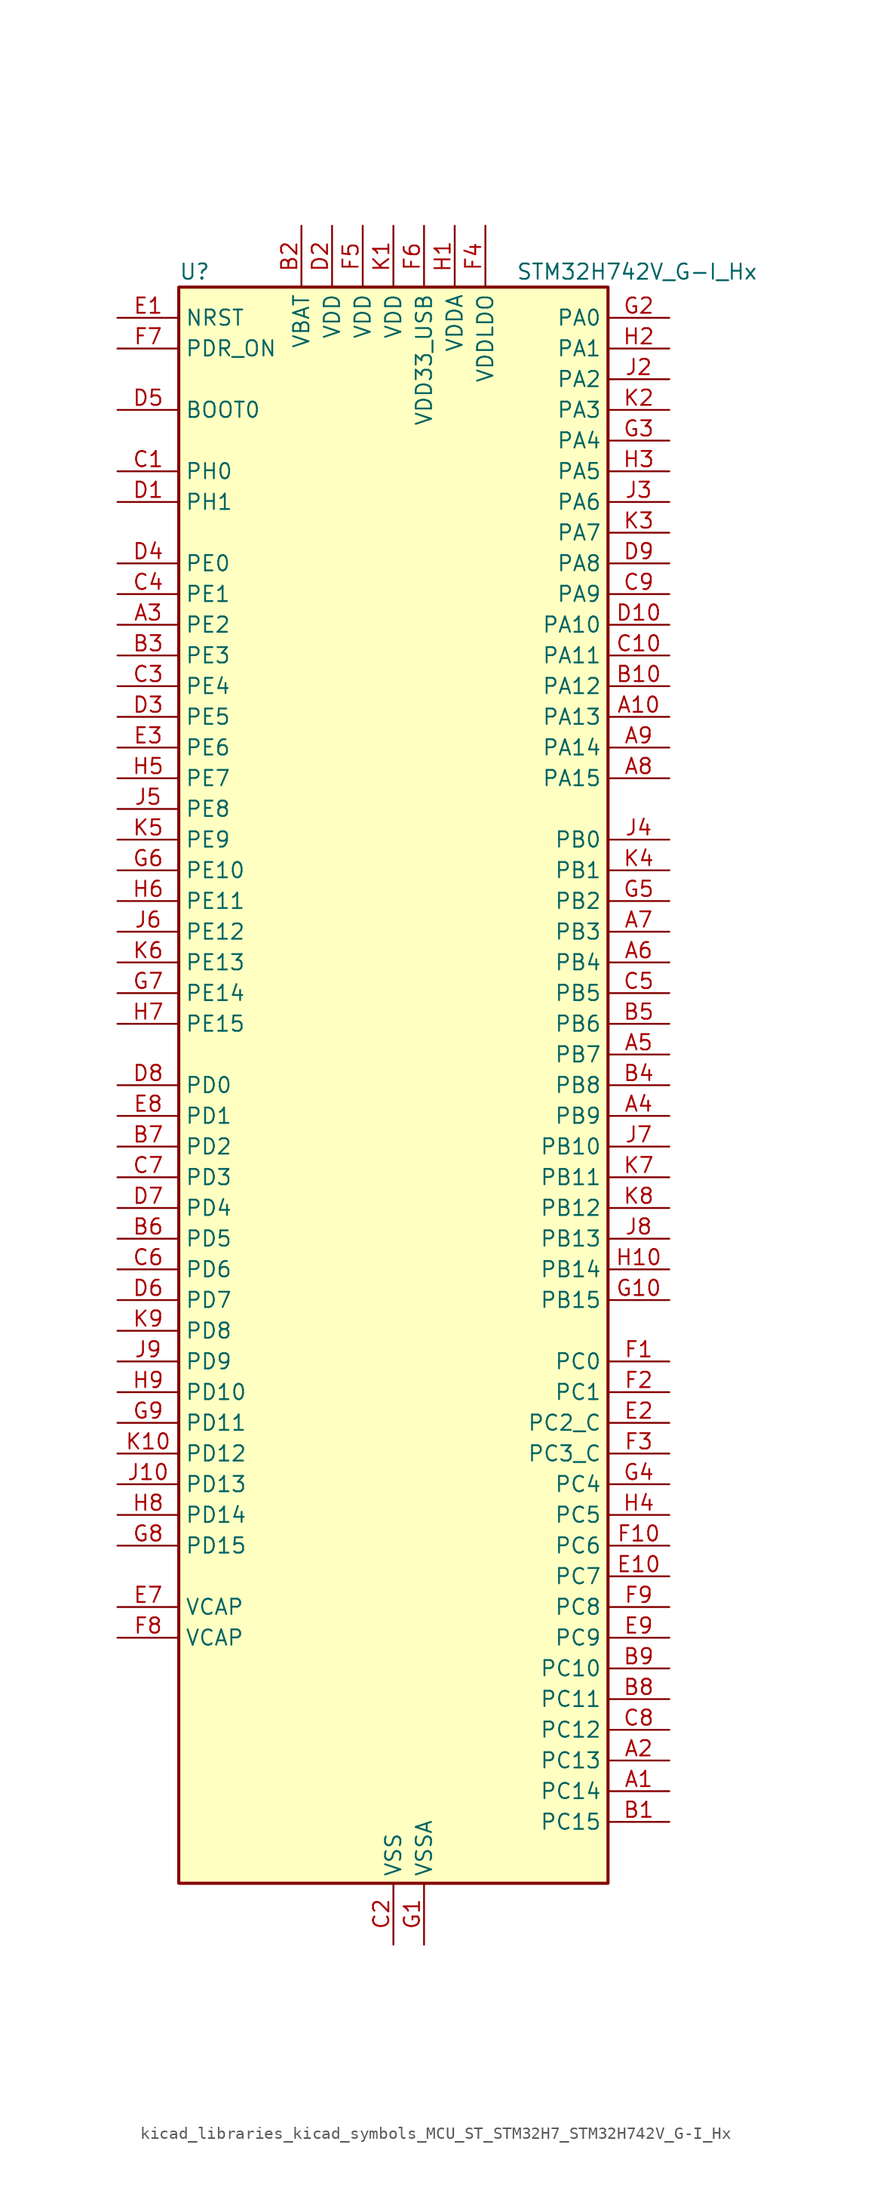
<source format=kicad_sym>
(kicad_symbol_lib
  (version 20220914)
  (generator kicad_symbol_editor)
  (symbol "kicad_libraries_kicad_symbols_MCU_ST_STM32H7_STM32H742V_G-I_Hx"
    (property "Reference" "U"
      (at -17.78 67.31 0)
      (effects (font (size 1.27 1.27)) (justify left)))
    (property "Value" "STM32H742V_G-I_Hx"
      (at 10.16 67.31 0)
      (effects (font (size 1.27 1.27)) (justify left)))
    (property "ki_locked" ""
      (at 0 0 0)
      (effects (font (size 1.27 1.27))))
    (symbol "kicad_libraries_kicad_symbols_MCU_ST_STM32H7_STM32H742V_G-I_Hx_0_1"
      (rectangle (start -17.78 -66.04) (end 17.78 66.04) (stroke (width 0.254) (type default)) (fill (type background))))
    (symbol "kicad_libraries_kicad_symbols_MCU_ST_STM32H7_STM32H742V_G-I_Hx_1_1"
      (pin bidirectional line (at 22.86 -58.42 180) (length 5.08) (name "PC14" (effects (font (size 1.27 1.27)))) (number "A1" (effects (font (size 1.27 1.27)))) (alternate "RCC_OSC32_IN" bidirectional line))
      (pin bidirectional line (at 22.86 30.48 180) (length 5.08) (name "PA13" (effects (font (size 1.27 1.27)))) (number "A10" (effects (font (size 1.27 1.27)))) (alternate "DEBUG_JTMS-SWDIO" bidirectional line))
      (pin bidirectional line (at 22.86 -55.88 180) (length 5.08) (name "PC13" (effects (font (size 1.27 1.27)))) (number "A2" (effects (font (size 1.27 1.27)))) (alternate "PWR_WKUP2" bidirectional line) (alternate "RTC_OUT_ALARM" bidirectional line) (alternate "RTC_OUT_CALIB" bidirectional line) (alternate "RTC_TAMP1" bidirectional line) (alternate "RTC_TS" bidirectional line))
      (pin bidirectional line (at -22.86 38.1 0) (length 5.08) (name "PE2" (effects (font (size 1.27 1.27)))) (number "A3" (effects (font (size 1.27 1.27)))) (alternate "DEBUG_TRACECLK" bidirectional line) (alternate "ETH_TXD3" bidirectional line) (alternate "FMC_A23" bidirectional line) (alternate "QUADSPI_BK1_IO2" bidirectional line) (alternate "SAI1_CK1" bidirectional line) (alternate "SAI1_MCLK_A" bidirectional line) (alternate "SAI4_CK1" bidirectional line) (alternate "SAI4_MCLK_A" bidirectional line) (alternate "SPI4_SCK" bidirectional line))
      (pin bidirectional line (at 22.86 -2.54 180) (length 5.08) (name "PB9" (effects (font (size 1.27 1.27)))) (number "A4" (effects (font (size 1.27 1.27)))) (alternate "DAC1_EXTI9" bidirectional line) (alternate "DCMI_D7" bidirectional line) (alternate "DFSDM1_DATIN7" bidirectional line) (alternate "FDCAN1_TX" bidirectional line) (alternate "I2C1_SDA" bidirectional line) (alternate "I2C4_SDA" bidirectional line) (alternate "I2C4_SMBA" bidirectional line) (alternate "I2S2_WS" bidirectional line) (alternate "SDMMC1_CDIR" bidirectional line) (alternate "SDMMC1_D5" bidirectional line) (alternate "SDMMC2_D5" bidirectional line) (alternate "SPI2_NSS" bidirectional line) (alternate "TIM17_CH1" bidirectional line) (alternate "TIM4_CH4" bidirectional line) (alternate "UART4_TX" bidirectional line))
      (pin bidirectional line (at 22.86 2.54 180) (length 5.08) (name "PB7" (effects (font (size 1.27 1.27)))) (number "A5" (effects (font (size 1.27 1.27)))) (alternate "DCMI_VSYNC" bidirectional line) (alternate "DFSDM1_CKIN5" bidirectional line) (alternate "FMC_NL" bidirectional line) (alternate "HRTIM_EEV9" bidirectional line) (alternate "I2C1_SDA" bidirectional line) (alternate "I2C4_SDA" bidirectional line) (alternate "LPUART1_RX" bidirectional line) (alternate "PWR_PVD_IN" bidirectional line) (alternate "TIM17_CH1N" bidirectional line) (alternate "TIM4_CH2" bidirectional line) (alternate "USART1_RX" bidirectional line))
      (pin bidirectional line (at 22.86 10.16 180) (length 5.08) (name "PB4" (effects (font (size 1.27 1.27)))) (number "A6" (effects (font (size 1.27 1.27)))) (alternate "DEBUG_JTRST" bidirectional line) (alternate "HRTIM_EEV6" bidirectional line) (alternate "I2S1_SDI" bidirectional line) (alternate "I2S2_WS" bidirectional line) (alternate "I2S3_SDI" bidirectional line) (alternate "SDMMC2_D3" bidirectional line) (alternate "SPI1_MISO" bidirectional line) (alternate "SPI2_NSS" bidirectional line) (alternate "SPI3_MISO" bidirectional line) (alternate "SPI6_MISO" bidirectional line) (alternate "TIM16_BKIN" bidirectional line) (alternate "TIM3_CH1" bidirectional line) (alternate "UART7_TX" bidirectional line))
      (pin bidirectional line (at 22.86 12.7 180) (length 5.08) (name "PB3" (effects (font (size 1.27 1.27)))) (number "A7" (effects (font (size 1.27 1.27)))) (alternate "CRS_SYNC" bidirectional line) (alternate "DEBUG_JTDO-SWO" bidirectional line) (alternate "HRTIM_FLT4" bidirectional line) (alternate "I2S1_CK" bidirectional line) (alternate "I2S3_CK" bidirectional line) (alternate "SDMMC2_D2" bidirectional line) (alternate "SPI1_SCK" bidirectional line) (alternate "SPI3_SCK" bidirectional line) (alternate "SPI6_SCK" bidirectional line) (alternate "TIM2_CH2" bidirectional line) (alternate "UART7_RX" bidirectional line))
      (pin bidirectional line (at 22.86 25.4 180) (length 5.08) (name "PA15" (effects (font (size 1.27 1.27)))) (number "A8" (effects (font (size 1.27 1.27)))) (alternate "ADC1_EXTI15" bidirectional line) (alternate "ADC2_EXTI15" bidirectional line) (alternate "ADC3_EXTI15" bidirectional line) (alternate "CEC" bidirectional line) (alternate "DEBUG_JTDI" bidirectional line) (alternate "HRTIM_FLT1" bidirectional line) (alternate "I2S1_WS" bidirectional line) (alternate "I2S3_WS" bidirectional line) (alternate "SPI1_NSS" bidirectional line) (alternate "SPI3_NSS" bidirectional line) (alternate "SPI6_NSS" bidirectional line) (alternate "TIM2_CH1" bidirectional line) (alternate "TIM2_ETR" bidirectional line) (alternate "UART4_DE" bidirectional line) (alternate "UART4_RTS" bidirectional line) (alternate "UART7_TX" bidirectional line))
      (pin bidirectional line (at 22.86 27.94 180) (length 5.08) (name "PA14" (effects (font (size 1.27 1.27)))) (number "A9" (effects (font (size 1.27 1.27)))) (alternate "DEBUG_JTCK-SWCLK" bidirectional line))
      (pin bidirectional line (at 22.86 -60.96 180) (length 5.08) (name "PC15" (effects (font (size 1.27 1.27)))) (number "B1" (effects (font (size 1.27 1.27)))) (alternate "ADC1_EXTI15" bidirectional line) (alternate "ADC2_EXTI15" bidirectional line) (alternate "ADC3_EXTI15" bidirectional line) (alternate "RCC_OSC32_OUT" bidirectional line))
      (pin bidirectional line (at 22.86 33.02 180) (length 5.08) (name "PA12" (effects (font (size 1.27 1.27)))) (number "B10" (effects (font (size 1.27 1.27)))) (alternate "FDCAN1_TX" bidirectional line) (alternate "HRTIM_CHD2" bidirectional line) (alternate "I2S2_CK" bidirectional line) (alternate "LPUART1_DE" bidirectional line) (alternate "LPUART1_RTS" bidirectional line) (alternate "SAI2_FS_B" bidirectional line) (alternate "SPI2_SCK" bidirectional line) (alternate "TIM1_ETR" bidirectional line) (alternate "UART4_TX" bidirectional line) (alternate "USART1_DE" bidirectional line) (alternate "USART1_RTS" bidirectional line) (alternate "USB_OTG_FS_DP" bidirectional line))
      (pin power_in line (at -7.62 71.12 270) (length 5.08) (name "VBAT" (effects (font (size 1.27 1.27)))) (number "B2" (effects (font (size 1.27 1.27)))))
      (pin bidirectional line (at -22.86 35.56 0) (length 5.08) (name "PE3" (effects (font (size 1.27 1.27)))) (number "B3" (effects (font (size 1.27 1.27)))) (alternate "DEBUG_TRACED0" bidirectional line) (alternate "FMC_A19" bidirectional line) (alternate "SAI1_SD_B" bidirectional line) (alternate "SAI4_SD_B" bidirectional line) (alternate "TIM15_BKIN" bidirectional line))
      (pin bidirectional line (at 22.86 0 180) (length 5.08) (name "PB8" (effects (font (size 1.27 1.27)))) (number "B4" (effects (font (size 1.27 1.27)))) (alternate "DCMI_D6" bidirectional line) (alternate "DFSDM1_CKIN7" bidirectional line) (alternate "ETH_TXD3" bidirectional line) (alternate "FDCAN1_RX" bidirectional line) (alternate "I2C1_SCL" bidirectional line) (alternate "I2C4_SCL" bidirectional line) (alternate "SDMMC1_CKIN" bidirectional line) (alternate "SDMMC1_D4" bidirectional line) (alternate "SDMMC2_D4" bidirectional line) (alternate "TIM16_CH1" bidirectional line) (alternate "TIM4_CH3" bidirectional line) (alternate "UART4_RX" bidirectional line))
      (pin bidirectional line (at 22.86 5.08 180) (length 5.08) (name "PB6" (effects (font (size 1.27 1.27)))) (number "B5" (effects (font (size 1.27 1.27)))) (alternate "CEC" bidirectional line) (alternate "DCMI_D5" bidirectional line) (alternate "DFSDM1_DATIN5" bidirectional line) (alternate "FDCAN2_TX" bidirectional line) (alternate "FMC_SDNE1" bidirectional line) (alternate "HRTIM_EEV8" bidirectional line) (alternate "I2C1_SCL" bidirectional line) (alternate "I2C4_SCL" bidirectional line) (alternate "LPUART1_TX" bidirectional line) (alternate "QUADSPI_BK1_NCS" bidirectional line) (alternate "TIM16_CH1N" bidirectional line) (alternate "TIM4_CH1" bidirectional line) (alternate "UART5_TX" bidirectional line) (alternate "USART1_TX" bidirectional line))
      (pin bidirectional line (at -22.86 -12.7 0) (length 5.08) (name "PD5" (effects (font (size 1.27 1.27)))) (number "B6" (effects (font (size 1.27 1.27)))) (alternate "FMC_NWE" bidirectional line) (alternate "HRTIM_EEV3" bidirectional line) (alternate "USART2_TX" bidirectional line))
      (pin bidirectional line (at -22.86 -5.08 0) (length 5.08) (name "PD2" (effects (font (size 1.27 1.27)))) (number "B7" (effects (font (size 1.27 1.27)))) (alternate "DCMI_D11" bidirectional line) (alternate "DEBUG_TRACED2" bidirectional line) (alternate "SDMMC1_CMD" bidirectional line) (alternate "TIM3_ETR" bidirectional line) (alternate "UART5_RX" bidirectional line))
      (pin bidirectional line (at 22.86 -50.8 180) (length 5.08) (name "PC11" (effects (font (size 1.27 1.27)))) (number "B8" (effects (font (size 1.27 1.27)))) (alternate "ADC1_EXTI11" bidirectional line) (alternate "ADC2_EXTI11" bidirectional line) (alternate "ADC3_EXTI11" bidirectional line) (alternate "DCMI_D4" bidirectional line) (alternate "DFSDM1_DATIN5" bidirectional line) (alternate "HRTIM_FLT2" bidirectional line) (alternate "I2S3_SDI" bidirectional line) (alternate "QUADSPI_BK2_NCS" bidirectional line) (alternate "SDMMC1_D3" bidirectional line) (alternate "SPI3_MISO" bidirectional line) (alternate "UART4_RX" bidirectional line) (alternate "USART3_RX" bidirectional line))
      (pin bidirectional line (at 22.86 -48.26 180) (length 5.08) (name "PC10" (effects (font (size 1.27 1.27)))) (number "B9" (effects (font (size 1.27 1.27)))) (alternate "DCMI_D8" bidirectional line) (alternate "DFSDM1_CKIN5" bidirectional line) (alternate "HRTIM_EEV1" bidirectional line) (alternate "I2S3_CK" bidirectional line) (alternate "QUADSPI_BK1_IO1" bidirectional line) (alternate "SDMMC1_D2" bidirectional line) (alternate "SPI3_SCK" bidirectional line) (alternate "UART4_TX" bidirectional line) (alternate "USART3_TX" bidirectional line))
      (pin bidirectional line (at -22.86 50.8 0) (length 5.08) (name "PH0" (effects (font (size 1.27 1.27)))) (number "C1" (effects (font (size 1.27 1.27)))) (alternate "RCC_OSC_IN" bidirectional line))
      (pin bidirectional line (at 22.86 35.56 180) (length 5.08) (name "PA11" (effects (font (size 1.27 1.27)))) (number "C10" (effects (font (size 1.27 1.27)))) (alternate "ADC1_EXTI11" bidirectional line) (alternate "ADC2_EXTI11" bidirectional line) (alternate "ADC3_EXTI11" bidirectional line) (alternate "FDCAN1_RX" bidirectional line) (alternate "HRTIM_CHD1" bidirectional line) (alternate "I2S2_WS" bidirectional line) (alternate "LPUART1_CTS" bidirectional line) (alternate "SPI2_NSS" bidirectional line) (alternate "TIM1_CH4" bidirectional line) (alternate "UART4_RX" bidirectional line) (alternate "USART1_CTS" bidirectional line) (alternate "USART1_NSS" bidirectional line) (alternate "USB_OTG_FS_DM" bidirectional line))
      (pin power_in line (at 0 -71.12 90) (length 5.08) (name "VSS" (effects (font (size 1.27 1.27)))) (number "C2" (effects (font (size 1.27 1.27)))))
      (pin bidirectional line (at -22.86 33.02 0) (length 5.08) (name "PE4" (effects (font (size 1.27 1.27)))) (number "C3" (effects (font (size 1.27 1.27)))) (alternate "DCMI_D4" bidirectional line) (alternate "DEBUG_TRACED1" bidirectional line) (alternate "DFSDM1_DATIN3" bidirectional line) (alternate "FMC_A20" bidirectional line) (alternate "SAI1_D2" bidirectional line) (alternate "SAI1_FS_A" bidirectional line) (alternate "SAI4_D2" bidirectional line) (alternate "SAI4_FS_A" bidirectional line) (alternate "SPI4_NSS" bidirectional line) (alternate "TIM15_CH1N" bidirectional line))
      (pin bidirectional line (at -22.86 40.64 0) (length 5.08) (name "PE1" (effects (font (size 1.27 1.27)))) (number "C4" (effects (font (size 1.27 1.27)))) (alternate "DCMI_D3" bidirectional line) (alternate "FMC_NBL1" bidirectional line) (alternate "HRTIM_SCOUT" bidirectional line) (alternate "LPTIM1_IN2" bidirectional line) (alternate "UART8_TX" bidirectional line))
      (pin bidirectional line (at 22.86 7.62 180) (length 5.08) (name "PB5" (effects (font (size 1.27 1.27)))) (number "C5" (effects (font (size 1.27 1.27)))) (alternate "DCMI_D10" bidirectional line) (alternate "ETH_PPS_OUT" bidirectional line) (alternate "FDCAN2_RX" bidirectional line) (alternate "FMC_SDCKE1" bidirectional line) (alternate "HRTIM_EEV7" bidirectional line) (alternate "I2C1_SMBA" bidirectional line) (alternate "I2C4_SMBA" bidirectional line) (alternate "I2S1_SDO" bidirectional line) (alternate "I2S3_SDO" bidirectional line) (alternate "SPI1_MOSI" bidirectional line) (alternate "SPI3_MOSI" bidirectional line) (alternate "SPI6_MOSI" bidirectional line) (alternate "TIM17_BKIN" bidirectional line) (alternate "TIM3_CH2" bidirectional line) (alternate "UART5_RX" bidirectional line) (alternate "USB_OTG_HS_ULPI_D7" bidirectional line))
      (pin bidirectional line (at -22.86 -15.24 0) (length 5.08) (name "PD6" (effects (font (size 1.27 1.27)))) (number "C6" (effects (font (size 1.27 1.27)))) (alternate "DCMI_D10" bidirectional line) (alternate "DFSDM1_CKIN4" bidirectional line) (alternate "DFSDM1_DATIN1" bidirectional line) (alternate "FMC_NWAIT" bidirectional line) (alternate "I2S3_SDO" bidirectional line) (alternate "SAI1_D1" bidirectional line) (alternate "SAI1_SD_A" bidirectional line) (alternate "SAI4_D1" bidirectional line) (alternate "SAI4_SD_A" bidirectional line) (alternate "SDMMC2_CK" bidirectional line) (alternate "SPI3_MOSI" bidirectional line) (alternate "USART2_RX" bidirectional line))
      (pin bidirectional line (at -22.86 -7.62 0) (length 5.08) (name "PD3" (effects (font (size 1.27 1.27)))) (number "C7" (effects (font (size 1.27 1.27)))) (alternate "DCMI_D5" bidirectional line) (alternate "DFSDM1_CKOUT" bidirectional line) (alternate "FMC_CLK" bidirectional line) (alternate "I2S2_CK" bidirectional line) (alternate "SPI2_SCK" bidirectional line) (alternate "USART2_CTS" bidirectional line) (alternate "USART2_NSS" bidirectional line))
      (pin bidirectional line (at 22.86 -53.34 180) (length 5.08) (name "PC12" (effects (font (size 1.27 1.27)))) (number "C8" (effects (font (size 1.27 1.27)))) (alternate "DCMI_D9" bidirectional line) (alternate "DEBUG_TRACED3" bidirectional line) (alternate "HRTIM_EEV2" bidirectional line) (alternate "I2S3_SDO" bidirectional line) (alternate "SDMMC1_CK" bidirectional line) (alternate "SPI3_MOSI" bidirectional line) (alternate "UART5_TX" bidirectional line) (alternate "USART3_CK" bidirectional line))
      (pin bidirectional line (at 22.86 40.64 180) (length 5.08) (name "PA9" (effects (font (size 1.27 1.27)))) (number "C9" (effects (font (size 1.27 1.27)))) (alternate "DAC1_EXTI9" bidirectional line) (alternate "DCMI_D0" bidirectional line) (alternate "HRTIM_CHC1" bidirectional line) (alternate "I2C3_SMBA" bidirectional line) (alternate "I2S2_CK" bidirectional line) (alternate "LPUART1_TX" bidirectional line) (alternate "SPI2_SCK" bidirectional line) (alternate "TIM1_CH2" bidirectional line) (alternate "USART1_TX" bidirectional line) (alternate "USB_OTG_FS_VBUS" bidirectional line))
      (pin bidirectional line (at -22.86 48.26 0) (length 5.08) (name "PH1" (effects (font (size 1.27 1.27)))) (number "D1" (effects (font (size 1.27 1.27)))) (alternate "RCC_OSC_OUT" bidirectional line))
      (pin bidirectional line (at 22.86 38.1 180) (length 5.08) (name "PA10" (effects (font (size 1.27 1.27)))) (number "D10" (effects (font (size 1.27 1.27)))) (alternate "DCMI_D1" bidirectional line) (alternate "HRTIM_CHC2" bidirectional line) (alternate "LPUART1_RX" bidirectional line) (alternate "MDIOS_MDIO" bidirectional line) (alternate "TIM1_CH3" bidirectional line) (alternate "USART1_RX" bidirectional line) (alternate "USB_OTG_FS_ID" bidirectional line))
      (pin power_in line (at -5.08 71.12 270) (length 5.08) (name "VDD" (effects (font (size 1.27 1.27)))) (number "D2" (effects (font (size 1.27 1.27)))))
      (pin bidirectional line (at -22.86 30.48 0) (length 5.08) (name "PE5" (effects (font (size 1.27 1.27)))) (number "D3" (effects (font (size 1.27 1.27)))) (alternate "DCMI_D6" bidirectional line) (alternate "DEBUG_TRACED2" bidirectional line) (alternate "DFSDM1_CKIN3" bidirectional line) (alternate "FMC_A21" bidirectional line) (alternate "SAI1_CK2" bidirectional line) (alternate "SAI1_SCK_A" bidirectional line) (alternate "SAI4_CK2" bidirectional line) (alternate "SAI4_SCK_A" bidirectional line) (alternate "SPI4_MISO" bidirectional line) (alternate "TIM15_CH1" bidirectional line))
      (pin bidirectional line (at -22.86 43.18 0) (length 5.08) (name "PE0" (effects (font (size 1.27 1.27)))) (number "D4" (effects (font (size 1.27 1.27)))) (alternate "DCMI_D2" bidirectional line) (alternate "FMC_NBL0" bidirectional line) (alternate "HRTIM_SCIN" bidirectional line) (alternate "LPTIM1_ETR" bidirectional line) (alternate "LPTIM2_ETR" bidirectional line) (alternate "SAI2_MCLK_A" bidirectional line) (alternate "TIM4_ETR" bidirectional line) (alternate "UART8_RX" bidirectional line))
      (pin input line (at -22.86 55.88 0) (length 5.08) (name "BOOT0" (effects (font (size 1.27 1.27)))) (number "D5" (effects (font (size 1.27 1.27)))))
      (pin bidirectional line (at -22.86 -17.78 0) (length 5.08) (name "PD7" (effects (font (size 1.27 1.27)))) (number "D6" (effects (font (size 1.27 1.27)))) (alternate "DFSDM1_CKIN1" bidirectional line) (alternate "DFSDM1_DATIN4" bidirectional line) (alternate "FMC_NE1" bidirectional line) (alternate "I2S1_SDO" bidirectional line) (alternate "SDMMC2_CMD" bidirectional line) (alternate "SPDIFRX1_IN0" bidirectional line) (alternate "SPI1_MOSI" bidirectional line) (alternate "USART2_CK" bidirectional line))
      (pin bidirectional line (at -22.86 -10.16 0) (length 5.08) (name "PD4" (effects (font (size 1.27 1.27)))) (number "D7" (effects (font (size 1.27 1.27)))) (alternate "FMC_NOE" bidirectional line) (alternate "HRTIM_FLT3" bidirectional line) (alternate "SAI3_FS_A" bidirectional line) (alternate "USART2_DE" bidirectional line) (alternate "USART2_RTS" bidirectional line))
      (pin bidirectional line (at -22.86 0 0) (length 5.08) (name "PD0" (effects (font (size 1.27 1.27)))) (number "D8" (effects (font (size 1.27 1.27)))) (alternate "DFSDM1_CKIN6" bidirectional line) (alternate "FDCAN1_RX" bidirectional line) (alternate "FMC_D2" bidirectional line) (alternate "FMC_DA2" bidirectional line) (alternate "SAI3_SCK_A" bidirectional line) (alternate "UART4_RX" bidirectional line))
      (pin bidirectional line (at 22.86 43.18 180) (length 5.08) (name "PA8" (effects (font (size 1.27 1.27)))) (number "D9" (effects (font (size 1.27 1.27)))) (alternate "HRTIM_CHB2" bidirectional line) (alternate "I2C3_SCL" bidirectional line) (alternate "RCC_MCO_1" bidirectional line) (alternate "TIM1_CH1" bidirectional line) (alternate "TIM8_BKIN2" bidirectional line) (alternate "TIM8_BKIN2_COMP1" bidirectional line) (alternate "TIM8_BKIN2_COMP2" bidirectional line) (alternate "UART7_RX" bidirectional line) (alternate "USART1_CK" bidirectional line) (alternate "USB_OTG_FS_SOF" bidirectional line))
      (pin input line (at -22.86 63.5 0) (length 5.08) (name "NRST" (effects (font (size 1.27 1.27)))) (number "E1" (effects (font (size 1.27 1.27)))))
      (pin bidirectional line (at 22.86 -40.64 180) (length 5.08) (name "PC7" (effects (font (size 1.27 1.27)))) (number "E10" (effects (font (size 1.27 1.27)))) (alternate "DCMI_D1" bidirectional line) (alternate "DEBUG_TRGIO" bidirectional line) (alternate "DFSDM1_DATIN3" bidirectional line) (alternate "FMC_NE1" bidirectional line) (alternate "HRTIM_CHA2" bidirectional line) (alternate "I2S3_MCK" bidirectional line) (alternate "SDMMC1_D123DIR" bidirectional line) (alternate "SDMMC1_D7" bidirectional line) (alternate "SDMMC2_D7" bidirectional line) (alternate "SWPMI1_TX" bidirectional line) (alternate "TIM3_CH2" bidirectional line) (alternate "TIM8_CH2" bidirectional line) (alternate "USART6_RX" bidirectional line))
      (pin bidirectional line (at 22.86 -27.94 180) (length 5.08) (name "PC2_C" (effects (font (size 1.27 1.27)))) (number "E2" (effects (font (size 1.27 1.27)))) (alternate "ADC3_INN1" bidirectional line) (alternate "ADC3_INP0" bidirectional line) (alternate "DFSDM1_CKIN1" bidirectional line) (alternate "DFSDM1_CKOUT" bidirectional line) (alternate "ETH_TXD2" bidirectional line) (alternate "FMC_SDNE0" bidirectional line) (alternate "I2S2_SDI" bidirectional line) (alternate "PWR_CSTOP" bidirectional line) (alternate "SPI2_MISO" bidirectional line) (alternate "USB_OTG_HS_ULPI_DIR" bidirectional line))
      (pin bidirectional line (at -22.86 27.94 0) (length 5.08) (name "PE6" (effects (font (size 1.27 1.27)))) (number "E3" (effects (font (size 1.27 1.27)))) (alternate "DCMI_D7" bidirectional line) (alternate "DEBUG_TRACED3" bidirectional line) (alternate "FMC_A22" bidirectional line) (alternate "SAI1_D1" bidirectional line) (alternate "SAI1_SD_A" bidirectional line) (alternate "SAI2_MCLK_B" bidirectional line) (alternate "SAI4_D1" bidirectional line) (alternate "SAI4_SD_A" bidirectional line) (alternate "SPI4_MOSI" bidirectional line) (alternate "TIM15_CH2" bidirectional line) (alternate "TIM1_BKIN2" bidirectional line) (alternate "TIM1_BKIN2_COMP1" bidirectional line) (alternate "TIM1_BKIN2_COMP2" bidirectional line))
      (pin passive line (at 0 -71.12 90) (length 5.08) hide (name "VSS" (effects (font (size 1.27 1.27)))) (number "E4" (effects (font (size 1.27 1.27)))))
      (pin passive line (at 0 -71.12 90) (length 5.08) hide (name "VSS" (effects (font (size 1.27 1.27)))) (number "E5" (effects (font (size 1.27 1.27)))))
      (pin passive line (at 0 -71.12 90) (length 5.08) hide (name "VSS" (effects (font (size 1.27 1.27)))) (number "E6" (effects (font (size 1.27 1.27)))))
      (pin power_out line (at -22.86 -43.18 0) (length 5.08) (name "VCAP" (effects (font (size 1.27 1.27)))) (number "E7" (effects (font (size 1.27 1.27)))))
      (pin bidirectional line (at -22.86 -2.54 0) (length 5.08) (name "PD1" (effects (font (size 1.27 1.27)))) (number "E8" (effects (font (size 1.27 1.27)))) (alternate "DFSDM1_DATIN6" bidirectional line) (alternate "FDCAN1_TX" bidirectional line) (alternate "FMC_D3" bidirectional line) (alternate "FMC_DA3" bidirectional line) (alternate "SAI3_SD_A" bidirectional line) (alternate "UART4_TX" bidirectional line))
      (pin bidirectional line (at 22.86 -45.72 180) (length 5.08) (name "PC9" (effects (font (size 1.27 1.27)))) (number "E9" (effects (font (size 1.27 1.27)))) (alternate "DAC1_EXTI9" bidirectional line) (alternate "DCMI_D3" bidirectional line) (alternate "I2C3_SDA" bidirectional line) (alternate "I2S_CKIN" bidirectional line) (alternate "QUADSPI_BK1_IO0" bidirectional line) (alternate "RCC_MCO_2" bidirectional line) (alternate "SDMMC1_D1" bidirectional line) (alternate "SWPMI1_SUSPEND" bidirectional line) (alternate "TIM3_CH4" bidirectional line) (alternate "TIM8_CH4" bidirectional line) (alternate "UART5_CTS" bidirectional line))
      (pin bidirectional line (at 22.86 -22.86 180) (length 5.08) (name "PC0" (effects (font (size 1.27 1.27)))) (number "F1" (effects (font (size 1.27 1.27)))) (alternate "ADC1_INP10" bidirectional line) (alternate "ADC2_INP10" bidirectional line) (alternate "ADC3_INP10" bidirectional line) (alternate "DFSDM1_CKIN0" bidirectional line) (alternate "DFSDM1_DATIN4" bidirectional line) (alternate "FMC_SDNWE" bidirectional line) (alternate "SAI2_FS_B" bidirectional line) (alternate "USB_OTG_HS_ULPI_STP" bidirectional line))
      (pin bidirectional line (at 22.86 -38.1 180) (length 5.08) (name "PC6" (effects (font (size 1.27 1.27)))) (number "F10" (effects (font (size 1.27 1.27)))) (alternate "DCMI_D0" bidirectional line) (alternate "DFSDM1_CKIN3" bidirectional line) (alternate "FMC_NWAIT" bidirectional line) (alternate "HRTIM_CHA1" bidirectional line) (alternate "I2S2_MCK" bidirectional line) (alternate "SDMMC1_D0DIR" bidirectional line) (alternate "SDMMC1_D6" bidirectional line) (alternate "SDMMC2_D6" bidirectional line) (alternate "SWPMI1_IO" bidirectional line) (alternate "TIM3_CH1" bidirectional line) (alternate "TIM8_CH1" bidirectional line) (alternate "USART6_TX" bidirectional line))
      (pin bidirectional line (at 22.86 -25.4 180) (length 5.08) (name "PC1" (effects (font (size 1.27 1.27)))) (number "F2" (effects (font (size 1.27 1.27)))) (alternate "ADC1_INN10" bidirectional line) (alternate "ADC1_INP11" bidirectional line) (alternate "ADC2_INN10" bidirectional line) (alternate "ADC2_INP11" bidirectional line) (alternate "ADC3_INN10" bidirectional line) (alternate "ADC3_INP11" bidirectional line) (alternate "DEBUG_TRACED0" bidirectional line) (alternate "DFSDM1_CKIN4" bidirectional line) (alternate "DFSDM1_DATIN0" bidirectional line) (alternate "ETH_MDC" bidirectional line) (alternate "I2S2_SDO" bidirectional line) (alternate "MDIOS_MDC" bidirectional line) (alternate "PWR_WKUP5" bidirectional line) (alternate "RTC_TAMP3" bidirectional line) (alternate "SAI1_D1" bidirectional line) (alternate "SAI1_SD_A" bidirectional line) (alternate "SAI4_D1" bidirectional line) (alternate "SAI4_SD_A" bidirectional line) (alternate "SDMMC2_CK" bidirectional line) (alternate "SPI2_MOSI" bidirectional line))
      (pin bidirectional line (at 22.86 -30.48 180) (length 5.08) (name "PC3_C" (effects (font (size 1.27 1.27)))) (number "F3" (effects (font (size 1.27 1.27)))) (alternate "ADC3_INP1" bidirectional line) (alternate "DFSDM1_DATIN1" bidirectional line) (alternate "ETH_TX_CLK" bidirectional line) (alternate "FMC_SDCKE0" bidirectional line) (alternate "I2S2_SDO" bidirectional line) (alternate "PWR_CSLEEP" bidirectional line) (alternate "SPI2_MOSI" bidirectional line) (alternate "USB_OTG_HS_ULPI_NXT" bidirectional line))
      (pin power_in line (at 7.62 71.12 270) (length 5.08) (name "VDDLDO" (effects (font (size 1.27 1.27)))) (number "F4" (effects (font (size 1.27 1.27)))))
      (pin power_in line (at -2.54 71.12 270) (length 5.08) (name "VDD" (effects (font (size 1.27 1.27)))) (number "F5" (effects (font (size 1.27 1.27)))))
      (pin power_in line (at 2.54 71.12 270) (length 5.08) (name "VDD33_USB" (effects (font (size 1.27 1.27)))) (number "F6" (effects (font (size 1.27 1.27)))))
      (pin input line (at -22.86 60.96 0) (length 5.08) (name "PDR_ON" (effects (font (size 1.27 1.27)))) (number "F7" (effects (font (size 1.27 1.27)))))
      (pin power_out line (at -22.86 -45.72 0) (length 5.08) (name "VCAP" (effects (font (size 1.27 1.27)))) (number "F8" (effects (font (size 1.27 1.27)))))
      (pin bidirectional line (at 22.86 -43.18 180) (length 5.08) (name "PC8" (effects (font (size 1.27 1.27)))) (number "F9" (effects (font (size 1.27 1.27)))) (alternate "DCMI_D2" bidirectional line) (alternate "DEBUG_TRACED1" bidirectional line) (alternate "FMC_NCE" bidirectional line) (alternate "FMC_NE2" bidirectional line) (alternate "HRTIM_CHB1" bidirectional line) (alternate "SDMMC1_D0" bidirectional line) (alternate "SWPMI1_RX" bidirectional line) (alternate "TIM3_CH3" bidirectional line) (alternate "TIM8_CH3" bidirectional line) (alternate "UART5_DE" bidirectional line) (alternate "UART5_RTS" bidirectional line) (alternate "USART6_CK" bidirectional line))
      (pin power_in line (at 2.54 -71.12 90) (length 5.08) (name "VSSA" (effects (font (size 1.27 1.27)))) (number "G1" (effects (font (size 1.27 1.27)))))
      (pin bidirectional line (at 22.86 -17.78 180) (length 5.08) (name "PB15" (effects (font (size 1.27 1.27)))) (number "G10" (effects (font (size 1.27 1.27)))) (alternate "ADC1_EXTI15" bidirectional line) (alternate "ADC2_EXTI15" bidirectional line) (alternate "ADC3_EXTI15" bidirectional line) (alternate "DFSDM1_CKIN2" bidirectional line) (alternate "I2S2_SDO" bidirectional line) (alternate "RTC_REFIN" bidirectional line) (alternate "SDMMC2_D1" bidirectional line) (alternate "SPI2_MOSI" bidirectional line) (alternate "TIM12_CH2" bidirectional line) (alternate "TIM1_CH3N" bidirectional line) (alternate "TIM8_CH3N" bidirectional line) (alternate "UART4_CTS" bidirectional line) (alternate "USART1_RX" bidirectional line) (alternate "USB_OTG_HS_DP" bidirectional line))
      (pin bidirectional line (at 22.86 63.5 180) (length 5.08) (name "PA0" (effects (font (size 1.27 1.27)))) (number "G2" (effects (font (size 1.27 1.27)))) (alternate "ADC1_INP16" bidirectional line) (alternate "ETH_CRS" bidirectional line) (alternate "PWR_WKUP0" bidirectional line) (alternate "SAI2_SD_B" bidirectional line) (alternate "SDMMC2_CMD" bidirectional line) (alternate "TIM15_BKIN" bidirectional line) (alternate "TIM2_CH1" bidirectional line) (alternate "TIM2_ETR" bidirectional line) (alternate "TIM5_CH1" bidirectional line) (alternate "TIM8_ETR" bidirectional line) (alternate "UART4_TX" bidirectional line) (alternate "USART2_CTS" bidirectional line) (alternate "USART2_NSS" bidirectional line))
      (pin bidirectional line (at 22.86 53.34 180) (length 5.08) (name "PA4" (effects (font (size 1.27 1.27)))) (number "G3" (effects (font (size 1.27 1.27)))) (alternate "ADC1_INP18" bidirectional line) (alternate "ADC2_INP18" bidirectional line) (alternate "DAC1_OUT1" bidirectional line) (alternate "DCMI_HSYNC" bidirectional line) (alternate "I2S1_WS" bidirectional line) (alternate "I2S3_WS" bidirectional line) (alternate "SPI1_NSS" bidirectional line) (alternate "SPI3_NSS" bidirectional line) (alternate "SPI6_NSS" bidirectional line) (alternate "TIM5_ETR" bidirectional line) (alternate "USART2_CK" bidirectional line) (alternate "USB_OTG_HS_SOF" bidirectional line))
      (pin bidirectional line (at 22.86 -33.02 180) (length 5.08) (name "PC4" (effects (font (size 1.27 1.27)))) (number "G4" (effects (font (size 1.27 1.27)))) (alternate "ADC1_INP4" bidirectional line) (alternate "ADC2_INP4" bidirectional line) (alternate "COMP1_INM" bidirectional line) (alternate "DFSDM1_CKIN2" bidirectional line) (alternate "ETH_RXD0" bidirectional line) (alternate "FMC_SDNE0" bidirectional line) (alternate "I2S1_MCK" bidirectional line) (alternate "OPAMP1_VOUT" bidirectional line) (alternate "SPDIFRX1_IN2" bidirectional line))
      (pin bidirectional line (at 22.86 15.24 180) (length 5.08) (name "PB2" (effects (font (size 1.27 1.27)))) (number "G5" (effects (font (size 1.27 1.27)))) (alternate "COMP1_INP" bidirectional line) (alternate "DFSDM1_CKIN1" bidirectional line) (alternate "I2S3_SDO" bidirectional line) (alternate "QUADSPI_CLK" bidirectional line) (alternate "RTC_OUT_ALARM" bidirectional line) (alternate "RTC_OUT_CALIB" bidirectional line) (alternate "SAI1_D1" bidirectional line) (alternate "SAI1_SD_A" bidirectional line) (alternate "SAI4_D1" bidirectional line) (alternate "SAI4_SD_A" bidirectional line) (alternate "SPI3_MOSI" bidirectional line))
      (pin bidirectional line (at -22.86 17.78 0) (length 5.08) (name "PE10" (effects (font (size 1.27 1.27)))) (number "G6" (effects (font (size 1.27 1.27)))) (alternate "COMP2_INM" bidirectional line) (alternate "DFSDM1_DATIN4" bidirectional line) (alternate "FMC_D7" bidirectional line) (alternate "FMC_DA7" bidirectional line) (alternate "QUADSPI_BK2_IO3" bidirectional line) (alternate "TIM1_CH2N" bidirectional line) (alternate "UART7_CTS" bidirectional line))
      (pin bidirectional line (at -22.86 7.62 0) (length 5.08) (name "PE14" (effects (font (size 1.27 1.27)))) (number "G7" (effects (font (size 1.27 1.27)))) (alternate "FMC_D11" bidirectional line) (alternate "FMC_DA11" bidirectional line) (alternate "SAI2_MCLK_B" bidirectional line) (alternate "SPI4_MOSI" bidirectional line) (alternate "TIM1_CH4" bidirectional line))
      (pin bidirectional line (at -22.86 -38.1 0) (length 5.08) (name "PD15" (effects (font (size 1.27 1.27)))) (number "G8" (effects (font (size 1.27 1.27)))) (alternate "ADC1_EXTI15" bidirectional line) (alternate "ADC2_EXTI15" bidirectional line) (alternate "ADC3_EXTI15" bidirectional line) (alternate "FMC_D1" bidirectional line) (alternate "FMC_DA1" bidirectional line) (alternate "SAI3_MCLK_A" bidirectional line) (alternate "TIM4_CH4" bidirectional line) (alternate "UART8_DE" bidirectional line) (alternate "UART8_RTS" bidirectional line))
      (pin bidirectional line (at -22.86 -27.94 0) (length 5.08) (name "PD11" (effects (font (size 1.27 1.27)))) (number "G9" (effects (font (size 1.27 1.27)))) (alternate "ADC1_EXTI11" bidirectional line) (alternate "ADC2_EXTI11" bidirectional line) (alternate "ADC3_EXTI11" bidirectional line) (alternate "FMC_A16" bidirectional line) (alternate "FMC_CLE" bidirectional line) (alternate "I2C4_SMBA" bidirectional line) (alternate "LPTIM2_IN2" bidirectional line) (alternate "QUADSPI_BK1_IO0" bidirectional line) (alternate "SAI2_SD_A" bidirectional line) (alternate "USART3_CTS" bidirectional line) (alternate "USART3_NSS" bidirectional line))
      (pin power_in line (at 5.08 71.12 270) (length 5.08) (name "VDDA" (effects (font (size 1.27 1.27)))) (number "H1" (effects (font (size 1.27 1.27)))))
      (pin bidirectional line (at 22.86 -15.24 180) (length 5.08) (name "PB14" (effects (font (size 1.27 1.27)))) (number "H10" (effects (font (size 1.27 1.27)))) (alternate "DFSDM1_DATIN2" bidirectional line) (alternate "I2S2_SDI" bidirectional line) (alternate "SDMMC2_D0" bidirectional line) (alternate "SPI2_MISO" bidirectional line) (alternate "TIM12_CH1" bidirectional line) (alternate "TIM1_CH2N" bidirectional line) (alternate "TIM8_CH2N" bidirectional line) (alternate "UART4_DE" bidirectional line) (alternate "UART4_RTS" bidirectional line) (alternate "USART1_TX" bidirectional line) (alternate "USART3_DE" bidirectional line) (alternate "USART3_RTS" bidirectional line) (alternate "USB_OTG_HS_DM" bidirectional line))
      (pin bidirectional line (at 22.86 60.96 180) (length 5.08) (name "PA1" (effects (font (size 1.27 1.27)))) (number "H2" (effects (font (size 1.27 1.27)))) (alternate "ADC1_INN16" bidirectional line) (alternate "ADC1_INP17" bidirectional line) (alternate "ETH_REF_CLK" bidirectional line) (alternate "ETH_RX_CLK" bidirectional line) (alternate "LPTIM3_OUT" bidirectional line) (alternate "QUADSPI_BK1_IO3" bidirectional line) (alternate "SAI2_MCLK_B" bidirectional line) (alternate "TIM15_CH1N" bidirectional line) (alternate "TIM2_CH2" bidirectional line) (alternate "TIM5_CH2" bidirectional line) (alternate "UART4_RX" bidirectional line) (alternate "USART2_DE" bidirectional line) (alternate "USART2_RTS" bidirectional line))
      (pin bidirectional line (at 22.86 50.8 180) (length 5.08) (name "PA5" (effects (font (size 1.27 1.27)))) (number "H3" (effects (font (size 1.27 1.27)))) (alternate "ADC1_INN18" bidirectional line) (alternate "ADC1_INP19" bidirectional line) (alternate "ADC2_INN18" bidirectional line) (alternate "ADC2_INP19" bidirectional line) (alternate "DAC1_OUT2" bidirectional line) (alternate "I2S1_CK" bidirectional line) (alternate "PWR_NDSTOP2" bidirectional line) (alternate "SPI1_SCK" bidirectional line) (alternate "SPI6_SCK" bidirectional line) (alternate "TIM2_CH1" bidirectional line) (alternate "TIM2_ETR" bidirectional line) (alternate "TIM8_CH1N" bidirectional line) (alternate "USB_OTG_HS_ULPI_CK" bidirectional line))
      (pin bidirectional line (at 22.86 -35.56 180) (length 5.08) (name "PC5" (effects (font (size 1.27 1.27)))) (number "H4" (effects (font (size 1.27 1.27)))) (alternate "ADC1_INN4" bidirectional line) (alternate "ADC1_INP8" bidirectional line) (alternate "ADC2_INN4" bidirectional line) (alternate "ADC2_INP8" bidirectional line) (alternate "COMP1_OUT" bidirectional line) (alternate "DFSDM1_DATIN2" bidirectional line) (alternate "ETH_RXD1" bidirectional line) (alternate "FMC_SDCKE0" bidirectional line) (alternate "OPAMP1_VINM" bidirectional line) (alternate "OPAMP1_VINM0" bidirectional line) (alternate "SAI1_D3" bidirectional line) (alternate "SAI4_D3" bidirectional line) (alternate "SPDIFRX1_IN3" bidirectional line))
      (pin bidirectional line (at -22.86 25.4 0) (length 5.08) (name "PE7" (effects (font (size 1.27 1.27)))) (number "H5" (effects (font (size 1.27 1.27)))) (alternate "COMP2_INM" bidirectional line) (alternate "DFSDM1_DATIN2" bidirectional line) (alternate "FMC_D4" bidirectional line) (alternate "FMC_DA4" bidirectional line) (alternate "OPAMP2_VOUT" bidirectional line) (alternate "QUADSPI_BK2_IO0" bidirectional line) (alternate "TIM1_ETR" bidirectional line) (alternate "UART7_RX" bidirectional line))
      (pin bidirectional line (at -22.86 15.24 0) (length 5.08) (name "PE11" (effects (font (size 1.27 1.27)))) (number "H6" (effects (font (size 1.27 1.27)))) (alternate "ADC1_EXTI11" bidirectional line) (alternate "ADC2_EXTI11" bidirectional line) (alternate "ADC3_EXTI11" bidirectional line) (alternate "COMP2_INP" bidirectional line) (alternate "DFSDM1_CKIN4" bidirectional line) (alternate "FMC_D8" bidirectional line) (alternate "FMC_DA8" bidirectional line) (alternate "SAI2_SD_B" bidirectional line) (alternate "SPI4_NSS" bidirectional line) (alternate "TIM1_CH2" bidirectional line))
      (pin bidirectional line (at -22.86 5.08 0) (length 5.08) (name "PE15" (effects (font (size 1.27 1.27)))) (number "H7" (effects (font (size 1.27 1.27)))) (alternate "ADC1_EXTI15" bidirectional line) (alternate "ADC2_EXTI15" bidirectional line) (alternate "ADC3_EXTI15" bidirectional line) (alternate "FMC_D12" bidirectional line) (alternate "FMC_DA12" bidirectional line) (alternate "TIM1_BKIN" bidirectional line) (alternate "TIM1_BKIN_COMP1" bidirectional line) (alternate "TIM1_BKIN_COMP2" bidirectional line))
      (pin bidirectional line (at -22.86 -35.56 0) (length 5.08) (name "PD14" (effects (font (size 1.27 1.27)))) (number "H8" (effects (font (size 1.27 1.27)))) (alternate "FMC_D0" bidirectional line) (alternate "FMC_DA0" bidirectional line) (alternate "SAI3_MCLK_B" bidirectional line) (alternate "TIM4_CH3" bidirectional line) (alternate "UART8_CTS" bidirectional line))
      (pin bidirectional line (at -22.86 -25.4 0) (length 5.08) (name "PD10" (effects (font (size 1.27 1.27)))) (number "H9" (effects (font (size 1.27 1.27)))) (alternate "DFSDM1_CKOUT" bidirectional line) (alternate "FMC_D15" bidirectional line) (alternate "FMC_DA15" bidirectional line) (alternate "SAI3_FS_B" bidirectional line) (alternate "USART3_CK" bidirectional line))
      (pin passive line (at 0 -71.12 90) (length 5.08) hide (name "VSS" (effects (font (size 1.27 1.27)))) (number "J1" (effects (font (size 1.27 1.27)))))
      (pin bidirectional line (at -22.86 -33.02 0) (length 5.08) (name "PD13" (effects (font (size 1.27 1.27)))) (number "J10" (effects (font (size 1.27 1.27)))) (alternate "FMC_A18" bidirectional line) (alternate "I2C4_SDA" bidirectional line) (alternate "LPTIM1_OUT" bidirectional line) (alternate "QUADSPI_BK1_IO3" bidirectional line) (alternate "SAI2_SCK_A" bidirectional line) (alternate "TIM4_CH2" bidirectional line))
      (pin bidirectional line (at 22.86 58.42 180) (length 5.08) (name "PA2" (effects (font (size 1.27 1.27)))) (number "J2" (effects (font (size 1.27 1.27)))) (alternate "ADC1_INP14" bidirectional line) (alternate "ADC2_INP14" bidirectional line) (alternate "ETH_MDIO" bidirectional line) (alternate "LPTIM4_OUT" bidirectional line) (alternate "MDIOS_MDIO" bidirectional line) (alternate "PWR_WKUP1" bidirectional line) (alternate "SAI2_SCK_B" bidirectional line) (alternate "TIM15_CH1" bidirectional line) (alternate "TIM2_CH3" bidirectional line) (alternate "TIM5_CH3" bidirectional line) (alternate "USART2_TX" bidirectional line))
      (pin bidirectional line (at 22.86 48.26 180) (length 5.08) (name "PA6" (effects (font (size 1.27 1.27)))) (number "J3" (effects (font (size 1.27 1.27)))) (alternate "ADC1_INP3" bidirectional line) (alternate "ADC2_INP3" bidirectional line) (alternate "DCMI_PIXCLK" bidirectional line) (alternate "I2S1_SDI" bidirectional line) (alternate "MDIOS_MDC" bidirectional line) (alternate "SPI1_MISO" bidirectional line) (alternate "SPI6_MISO" bidirectional line) (alternate "TIM13_CH1" bidirectional line) (alternate "TIM1_BKIN" bidirectional line) (alternate "TIM1_BKIN_COMP1" bidirectional line) (alternate "TIM1_BKIN_COMP2" bidirectional line) (alternate "TIM3_CH1" bidirectional line) (alternate "TIM8_BKIN" bidirectional line) (alternate "TIM8_BKIN_COMP1" bidirectional line) (alternate "TIM8_BKIN_COMP2" bidirectional line))
      (pin bidirectional line (at 22.86 20.32 180) (length 5.08) (name "PB0" (effects (font (size 1.27 1.27)))) (number "J4" (effects (font (size 1.27 1.27)))) (alternate "ADC1_INN5" bidirectional line) (alternate "ADC1_INP9" bidirectional line) (alternate "ADC2_INN5" bidirectional line) (alternate "ADC2_INP9" bidirectional line) (alternate "COMP1_INP" bidirectional line) (alternate "DFSDM1_CKOUT" bidirectional line) (alternate "ETH_RXD2" bidirectional line) (alternate "OPAMP1_VINP" bidirectional line) (alternate "TIM1_CH2N" bidirectional line) (alternate "TIM3_CH3" bidirectional line) (alternate "TIM8_CH2N" bidirectional line) (alternate "UART4_CTS" bidirectional line) (alternate "USB_OTG_HS_ULPI_D1" bidirectional line))
      (pin bidirectional line (at -22.86 22.86 0) (length 5.08) (name "PE8" (effects (font (size 1.27 1.27)))) (number "J5" (effects (font (size 1.27 1.27)))) (alternate "COMP2_OUT" bidirectional line) (alternate "DFSDM1_CKIN2" bidirectional line) (alternate "FMC_D5" bidirectional line) (alternate "FMC_DA5" bidirectional line) (alternate "OPAMP2_VINM" bidirectional line) (alternate "OPAMP2_VINM0" bidirectional line) (alternate "QUADSPI_BK2_IO1" bidirectional line) (alternate "TIM1_CH1N" bidirectional line) (alternate "UART7_TX" bidirectional line))
      (pin bidirectional line (at -22.86 12.7 0) (length 5.08) (name "PE12" (effects (font (size 1.27 1.27)))) (number "J6" (effects (font (size 1.27 1.27)))) (alternate "COMP1_OUT" bidirectional line) (alternate "DFSDM1_DATIN5" bidirectional line) (alternate "FMC_D9" bidirectional line) (alternate "FMC_DA9" bidirectional line) (alternate "SAI2_SCK_B" bidirectional line) (alternate "SPI4_SCK" bidirectional line) (alternate "TIM1_CH3N" bidirectional line))
      (pin bidirectional line (at 22.86 -5.08 180) (length 5.08) (name "PB10" (effects (font (size 1.27 1.27)))) (number "J7" (effects (font (size 1.27 1.27)))) (alternate "DFSDM1_DATIN7" bidirectional line) (alternate "ETH_RX_ER" bidirectional line) (alternate "HRTIM_SCOUT" bidirectional line) (alternate "I2C2_SCL" bidirectional line) (alternate "I2S2_CK" bidirectional line) (alternate "LPTIM2_IN1" bidirectional line) (alternate "QUADSPI_BK1_NCS" bidirectional line) (alternate "SPI2_SCK" bidirectional line) (alternate "TIM2_CH3" bidirectional line) (alternate "USART3_TX" bidirectional line) (alternate "USB_OTG_HS_ULPI_D3" bidirectional line))
      (pin bidirectional line (at 22.86 -12.7 180) (length 5.08) (name "PB13" (effects (font (size 1.27 1.27)))) (number "J8" (effects (font (size 1.27 1.27)))) (alternate "DFSDM1_CKIN1" bidirectional line) (alternate "ETH_TXD1" bidirectional line) (alternate "FDCAN2_TX" bidirectional line) (alternate "I2S2_CK" bidirectional line) (alternate "LPTIM2_OUT" bidirectional line) (alternate "SPI2_SCK" bidirectional line) (alternate "TIM1_CH1N" bidirectional line) (alternate "UART5_TX" bidirectional line) (alternate "USART3_CTS" bidirectional line) (alternate "USART3_NSS" bidirectional line) (alternate "USB_OTG_HS_ULPI_D6" bidirectional line) (alternate "USB_OTG_HS_VBUS" bidirectional line))
      (pin bidirectional line (at -22.86 -22.86 0) (length 5.08) (name "PD9" (effects (font (size 1.27 1.27)))) (number "J9" (effects (font (size 1.27 1.27)))) (alternate "DAC1_EXTI9" bidirectional line) (alternate "DFSDM1_DATIN3" bidirectional line) (alternate "FMC_D14" bidirectional line) (alternate "FMC_DA14" bidirectional line) (alternate "SAI3_SD_B" bidirectional line) (alternate "USART3_RX" bidirectional line))
      (pin power_in line (at 0 71.12 270) (length 5.08) (name "VDD" (effects (font (size 1.27 1.27)))) (number "K1" (effects (font (size 1.27 1.27)))))
      (pin bidirectional line (at -22.86 -30.48 0) (length 5.08) (name "PD12" (effects (font (size 1.27 1.27)))) (number "K10" (effects (font (size 1.27 1.27)))) (alternate "FMC_A17" bidirectional line) (alternate "FMC_ALE" bidirectional line) (alternate "I2C4_SCL" bidirectional line) (alternate "LPTIM1_IN1" bidirectional line) (alternate "LPTIM2_IN1" bidirectional line) (alternate "QUADSPI_BK1_IO1" bidirectional line) (alternate "SAI2_FS_A" bidirectional line) (alternate "TIM4_CH1" bidirectional line) (alternate "USART3_DE" bidirectional line) (alternate "USART3_RTS" bidirectional line))
      (pin bidirectional line (at 22.86 55.88 180) (length 5.08) (name "PA3" (effects (font (size 1.27 1.27)))) (number "K2" (effects (font (size 1.27 1.27)))) (alternate "ADC1_INP15" bidirectional line) (alternate "ADC2_INP15" bidirectional line) (alternate "ETH_COL" bidirectional line) (alternate "LPTIM5_OUT" bidirectional line) (alternate "TIM15_CH2" bidirectional line) (alternate "TIM2_CH4" bidirectional line) (alternate "TIM5_CH4" bidirectional line) (alternate "USART2_RX" bidirectional line) (alternate "USB_OTG_HS_ULPI_D0" bidirectional line))
      (pin bidirectional line (at 22.86 45.72 180) (length 5.08) (name "PA7" (effects (font (size 1.27 1.27)))) (number "K3" (effects (font (size 1.27 1.27)))) (alternate "ADC1_INN3" bidirectional line) (alternate "ADC1_INP7" bidirectional line) (alternate "ADC2_INN3" bidirectional line) (alternate "ADC2_INP7" bidirectional line) (alternate "ETH_CRS_DV" bidirectional line) (alternate "ETH_RX_DV" bidirectional line) (alternate "FMC_SDNWE" bidirectional line) (alternate "I2S1_SDO" bidirectional line) (alternate "OPAMP1_VINM" bidirectional line) (alternate "OPAMP1_VINM1" bidirectional line) (alternate "SPI1_MOSI" bidirectional line) (alternate "SPI6_MOSI" bidirectional line) (alternate "TIM14_CH1" bidirectional line) (alternate "TIM1_CH1N" bidirectional line) (alternate "TIM3_CH2" bidirectional line) (alternate "TIM8_CH1N" bidirectional line))
      (pin bidirectional line (at 22.86 17.78 180) (length 5.08) (name "PB1" (effects (font (size 1.27 1.27)))) (number "K4" (effects (font (size 1.27 1.27)))) (alternate "ADC1_INP5" bidirectional line) (alternate "ADC2_INP5" bidirectional line) (alternate "COMP1_INM" bidirectional line) (alternate "DFSDM1_DATIN1" bidirectional line) (alternate "ETH_RXD3" bidirectional line) (alternate "TIM1_CH3N" bidirectional line) (alternate "TIM3_CH4" bidirectional line) (alternate "TIM8_CH3N" bidirectional line) (alternate "USB_OTG_HS_ULPI_D2" bidirectional line))
      (pin bidirectional line (at -22.86 20.32 0) (length 5.08) (name "PE9" (effects (font (size 1.27 1.27)))) (number "K5" (effects (font (size 1.27 1.27)))) (alternate "COMP2_INP" bidirectional line) (alternate "DAC1_EXTI9" bidirectional line) (alternate "DFSDM1_CKOUT" bidirectional line) (alternate "FMC_D6" bidirectional line) (alternate "FMC_DA6" bidirectional line) (alternate "OPAMP2_VINP" bidirectional line) (alternate "QUADSPI_BK2_IO2" bidirectional line) (alternate "TIM1_CH1" bidirectional line) (alternate "UART7_DE" bidirectional line) (alternate "UART7_RTS" bidirectional line))
      (pin bidirectional line (at -22.86 10.16 0) (length 5.08) (name "PE13" (effects (font (size 1.27 1.27)))) (number "K6" (effects (font (size 1.27 1.27)))) (alternate "COMP2_OUT" bidirectional line) (alternate "DFSDM1_CKIN5" bidirectional line) (alternate "FMC_D10" bidirectional line) (alternate "FMC_DA10" bidirectional line) (alternate "SAI2_FS_B" bidirectional line) (alternate "SPI4_MISO" bidirectional line) (alternate "TIM1_CH3" bidirectional line))
      (pin bidirectional line (at 22.86 -7.62 180) (length 5.08) (name "PB11" (effects (font (size 1.27 1.27)))) (number "K7" (effects (font (size 1.27 1.27)))) (alternate "ADC1_EXTI11" bidirectional line) (alternate "ADC2_EXTI11" bidirectional line) (alternate "ADC3_EXTI11" bidirectional line) (alternate "DFSDM1_CKIN7" bidirectional line) (alternate "ETH_TX_EN" bidirectional line) (alternate "HRTIM_SCIN" bidirectional line) (alternate "I2C2_SDA" bidirectional line) (alternate "LPTIM2_ETR" bidirectional line) (alternate "TIM2_CH4" bidirectional line) (alternate "USART3_RX" bidirectional line) (alternate "USB_OTG_HS_ULPI_D4" bidirectional line))
      (pin bidirectional line (at 22.86 -10.16 180) (length 5.08) (name "PB12" (effects (font (size 1.27 1.27)))) (number "K8" (effects (font (size 1.27 1.27)))) (alternate "DFSDM1_DATIN1" bidirectional line) (alternate "ETH_TXD0" bidirectional line) (alternate "FDCAN2_RX" bidirectional line) (alternate "I2C2_SMBA" bidirectional line) (alternate "I2S2_WS" bidirectional line) (alternate "SPI2_NSS" bidirectional line) (alternate "TIM1_BKIN" bidirectional line) (alternate "TIM1_BKIN_COMP1" bidirectional line) (alternate "TIM1_BKIN_COMP2" bidirectional line) (alternate "UART5_RX" bidirectional line) (alternate "USART3_CK" bidirectional line) (alternate "USB_OTG_HS_ID" bidirectional line) (alternate "USB_OTG_HS_ULPI_D5" bidirectional line))
      (pin bidirectional line (at -22.86 -20.32 0) (length 5.08) (name "PD8" (effects (font (size 1.27 1.27)))) (number "K9" (effects (font (size 1.27 1.27)))) (alternate "DFSDM1_CKIN3" bidirectional line) (alternate "FMC_D13" bidirectional line) (alternate "FMC_DA13" bidirectional line) (alternate "SAI3_SCK_B" bidirectional line) (alternate "SPDIFRX1_IN1" bidirectional line) (alternate "USART3_TX" bidirectional line)))))
</source>
